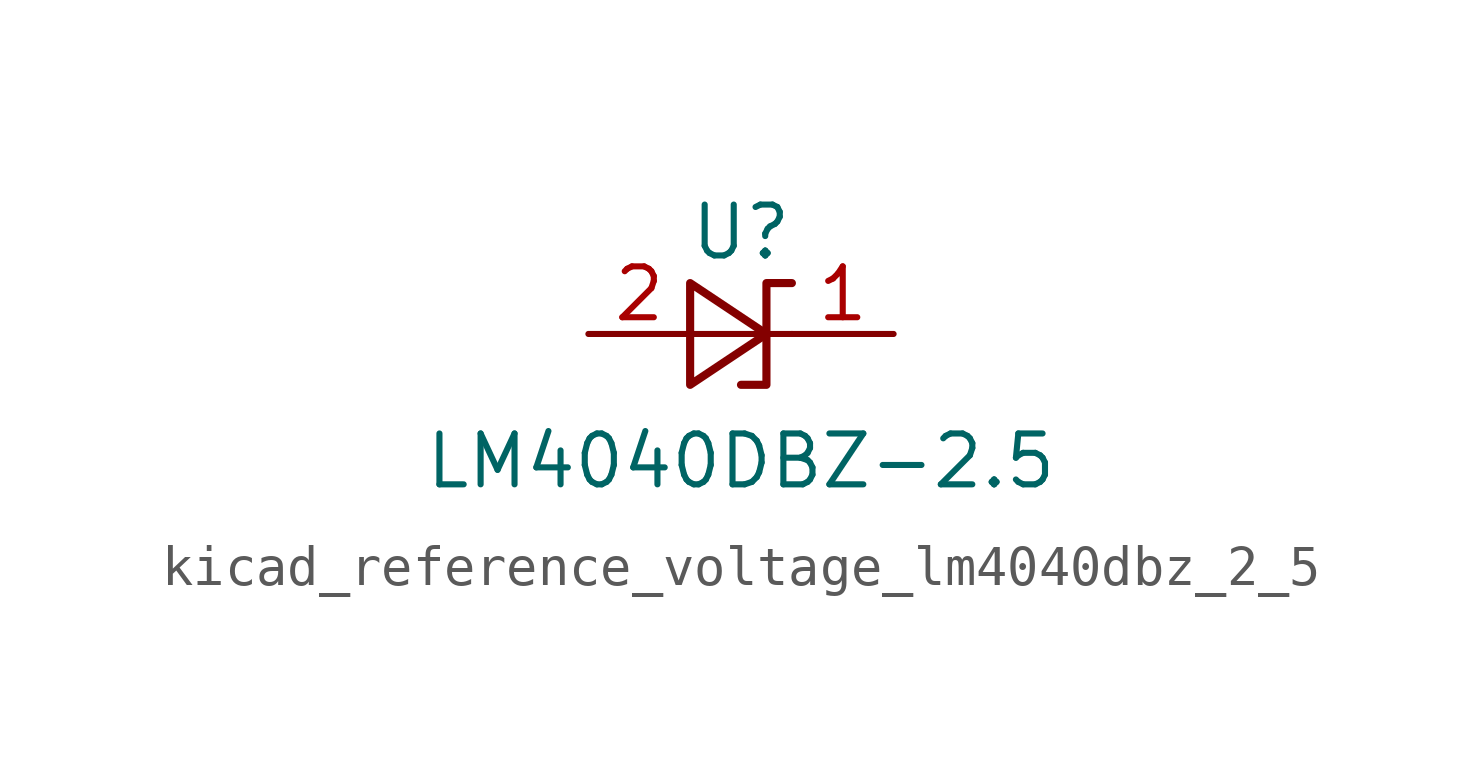
<source format=kicad_sym>
(kicad_symbol_lib
  (version 20220914)
  (generator kicad_symbol_editor)
  (symbol "kicad_reference_voltage_lm4040dbz_2_5"
    (pin_names
      (offset 0.025) hide)
    (property "Reference" "U"
      (at 0 2.54 0)
      (effects (font (size 1.27 1.27))))
    (property "Value" "LM4040DBZ-2.5"
      (at 0 -3.175 0)
      (effects (font (size 1.27 1.27))))
    (symbol "kicad_reference_voltage_lm4040dbz_2_5_0_1"
      (polyline (pts (xy -1.27 0) (xy 0 0) (xy 1.27 0)) (stroke (width 0) (type default)) (fill (type none)))
      (polyline (pts (xy -1.27 -1.27) (xy 0.635 0) (xy -1.27 1.27) (xy -1.27 -1.27)) (stroke (width 0.203) (type default)) (fill (type none)))
      (polyline (pts (xy 0 -1.27) (xy 0.635 -1.27) (xy 0.635 1.27) (xy 1.27 1.27)) (stroke (width 0.203) (type default)) (fill (type none))))
    (symbol "kicad_reference_voltage_lm4040dbz_2_5_1_1"
      (pin passive line (at 3.81 0 180) (length 2.54) (name "K" (effects (font (size 1.27 1.27)))) (number "1" (effects (font (size 1.27 1.27)))))
      (pin passive line (at -3.81 0 0) (length 2.54) (name "A" (effects (font (size 1.27 1.27)))) (number "2" (effects (font (size 1.27 1.27))))))))
</source>
